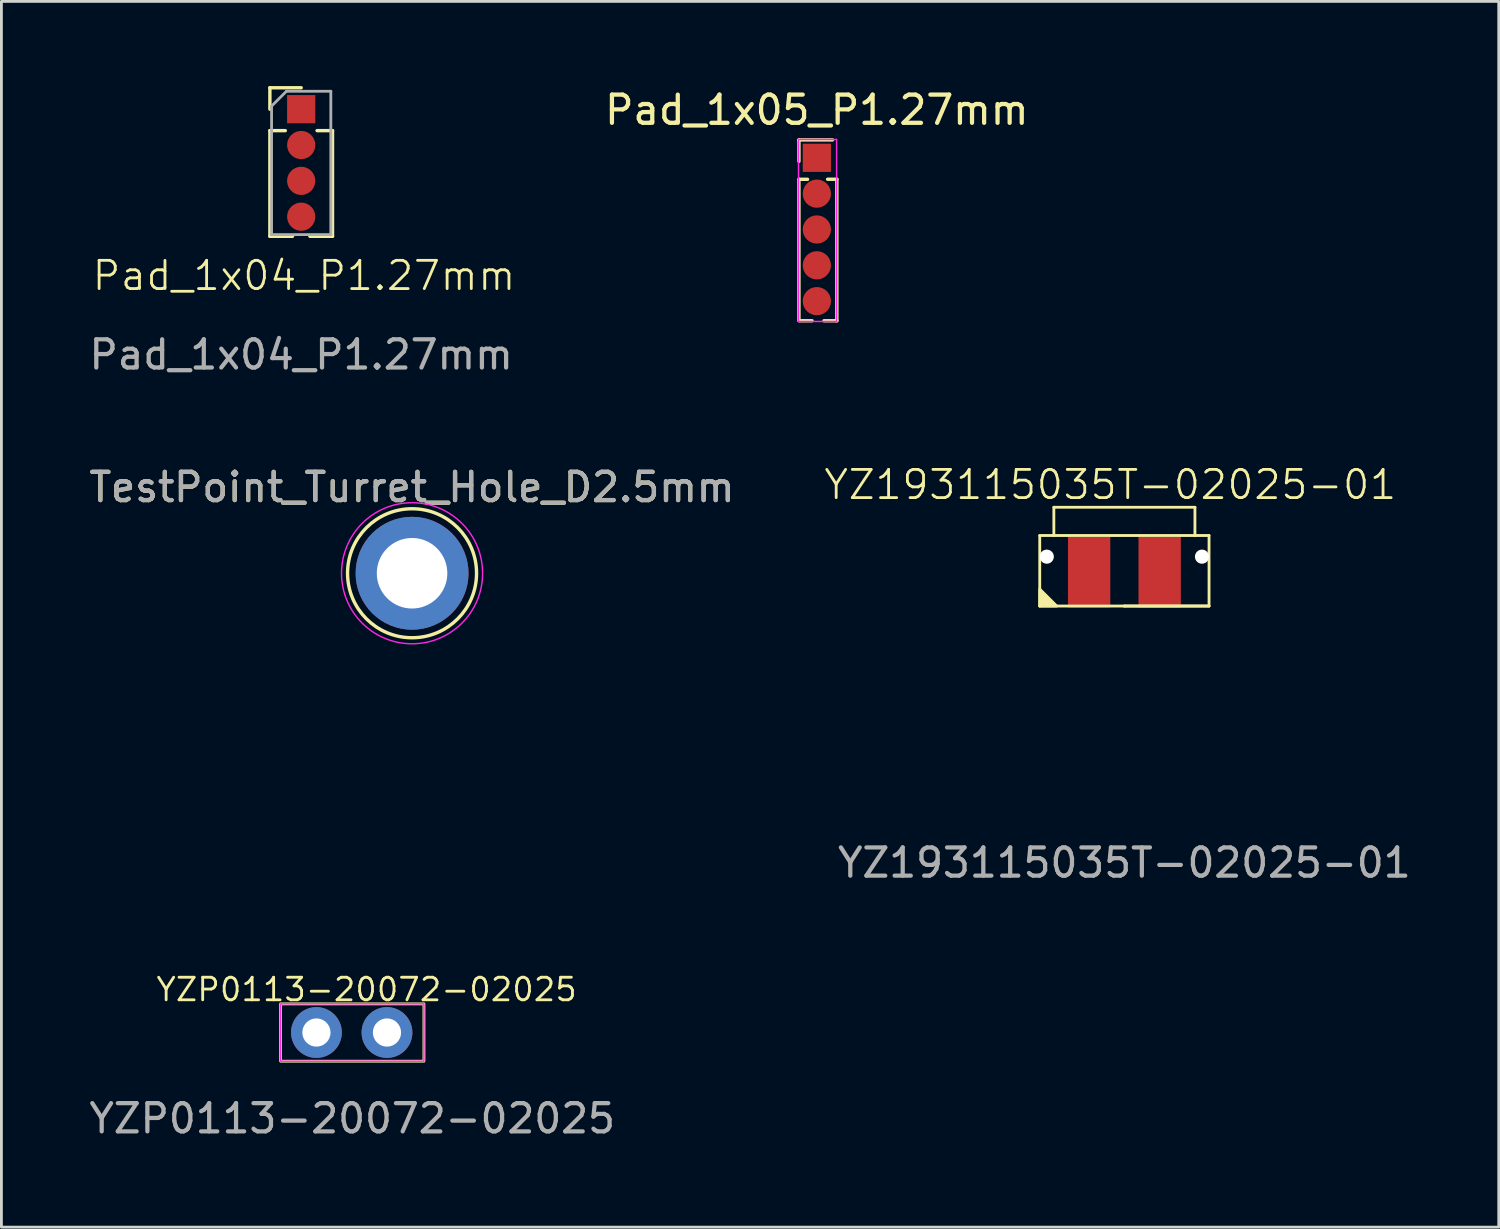
<source format=kicad_pcb>
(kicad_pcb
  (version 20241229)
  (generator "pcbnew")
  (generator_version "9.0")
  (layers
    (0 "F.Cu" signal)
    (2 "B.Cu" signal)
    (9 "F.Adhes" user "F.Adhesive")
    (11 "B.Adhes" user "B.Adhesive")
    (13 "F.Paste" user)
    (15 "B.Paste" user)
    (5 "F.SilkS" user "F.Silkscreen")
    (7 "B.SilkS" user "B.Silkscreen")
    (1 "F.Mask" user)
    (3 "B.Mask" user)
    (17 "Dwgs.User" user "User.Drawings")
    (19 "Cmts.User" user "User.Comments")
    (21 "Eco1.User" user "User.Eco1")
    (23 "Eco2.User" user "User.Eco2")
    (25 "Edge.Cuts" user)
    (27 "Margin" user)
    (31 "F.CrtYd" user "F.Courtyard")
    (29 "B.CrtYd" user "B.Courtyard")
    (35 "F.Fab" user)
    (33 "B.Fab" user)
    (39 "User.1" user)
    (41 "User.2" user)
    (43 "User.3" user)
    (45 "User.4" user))
  (footprint "TestPoint_Turret_Hole_D2.5mm"
    (layer "F.Cu")
    (at 11.554 17.267)
    (property "Reference" "TestPoint_Turret_Hole_D2.5mm" (at 0 -3.048 0) (layer "F.SilkS") (effects (font (size 1 1) (thickness 0.15))))
    (attr exclude_from_pos_files exclude_from_bom)
    (fp_circle (center 0 0) (end 0 -2.286) (stroke (width 0.12) (type solid)) (fill no) (layer "F.SilkS"))
    (fp_circle (center 0 0) (end 2.5 0) (stroke (width 0.05) (type solid)) (fill no) (layer "F.CrtYd"))
    (fp_text user "${REFERENCE}" (at 0 -3.05 0) (layer "F.Fab") (effects (font (size 1 1) (thickness 0.15))))
    (pad "1" thru_hole circle (at 0 0) (size 4 4) (drill 2.5) (layers "*.Cu" "*.Mask")))
  (footprint "YZP0113-20072-02025"
    (layer "F.Cu")
    (at 8.165 33.544)
    (property "Reference" "YZP0113-20072-02025" (at 1.778 -1.524 0) (unlocked yes) (layer "F.SilkS") (effects (font (size 0.8 0.8) (thickness 0.1))))
    (attr through_hole)
    (fp_rect (start -1.27 -1.016) (end 3.81 1.016) (stroke (width 0.1) (type default)) (fill no) (layer "F.SilkS"))
    (fp_rect (start -1.27 -1.016) (end 3.81 1.016) (stroke (width 0.05) (type default)) (fill no) (layer "F.CrtYd"))
    (fp_text user "${REFERENCE}" (at 1.27 3.048 0) (unlocked yes) (layer "F.Fab") (effects (font (size 1 1) (thickness 0.15))))
    (pad "1" thru_hole circle (at 0 0) (size 1.8 1.8) (drill 1) (layers "*.Cu" "*.Mask"))
    (pad "2" thru_hole circle (at 2.5 0) (size 1.8 1.8) (drill 1) (layers "*.Cu" "*.Mask")))
  (footprint "Pad_1x05_P1.27mm"
    (layer "F.Cu")
    (at 25.9 2.543)
    (property "Reference" "Pad_1x05_P1.27mm" (at 0 -1.695 0) (layer "F.SilkS") (effects (font (size 1 1) (thickness 0.15))))
    (attr smd)
    (fp_line (start -0.635 -0.634) (end 0.555 -0.635) (stroke (width 0.12) (type solid)) (layer "F.SilkS"))
    (fp_line (start -0.635 0.126) (end -0.635 -0.634) (stroke (width 0.12) (type solid)) (layer "F.SilkS"))
    (fp_line (start -0.635 0.76) (end -0.635 5.775) (stroke (width 0.12) (type solid)) (layer "F.SilkS"))
    (fp_line (start -0.621 0.762) (end -0.329 0.762) (stroke (width 0.12) (type solid)) (layer "F.SilkS"))
    (fp_line (start -0.592 5.775) (end -0.17 5.775) (stroke (width 0.12) (type solid)) (layer "F.SilkS"))
    (fp_line (start 0.254 5.775) (end 0.709 5.775) (stroke (width 0.12) (type solid)) (layer "F.SilkS"))
    (fp_line (start 0.381 0.76) (end 0.709 0.76) (stroke (width 0.12) (type solid)) (layer "F.SilkS"))
    (fp_line (start 0.709 0.76) (end 0.709 5.775) (stroke (width 0.12) (type solid)) (layer "F.SilkS"))
    (fp_line (start -0.65 -0.65) (end -0.65 5.8) (stroke (width 0.05) (type solid)) (layer "F.CrtYd"))
    (fp_line (start -0.65 5.8) (end 0.7 5.8) (stroke (width 0.05) (type solid)) (layer "F.CrtYd"))
    (fp_line (start 0.7 -0.65) (end -0.65 -0.65) (stroke (width 0.05) (type solid)) (layer "F.CrtYd"))
    (fp_line (start 0.7 5.8) (end 0.7 -0.65) (stroke (width 0.05) (type solid)) (layer "F.CrtYd"))
    (pad "1" smd rect (at 0 0) (size 1 1) (layers "F.Cu" "F.Mask" "F.Paste"))
    (pad "2" smd oval (at 0 1.27) (size 1 1) (layers "F.Cu" "F.Mask" "F.Paste"))
    (pad "3" smd oval (at 0 2.54) (size 1 1) (layers "F.Cu" "F.Mask" "F.Paste"))
    (pad "4" smd oval (at 0 3.81) (size 1 1) (layers "F.Cu" "F.Mask" "F.Paste"))
    (pad "5" smd oval (at 0 5.08) (size 1 1) (layers "F.Cu" "F.Mask" "F.Paste")))
  (footprint "YZ193115035T-02025-01"
    (layer "F.Cu")
    (at 36.8 18.429)
    (property "Reference" "YZ193115035T-02025-01" (at -0.5 -4.3 0) (unlocked yes) (layer "F.SilkS") (effects (font (size 1 1) (thickness 0.1))))
    (attr smd)
    (fp_line (start -3 -2.5) (end -2.5 -2.5) (stroke (width 0.1) (type default)) (layer "F.SilkS"))
    (fp_line (start -3 0) (end -3 -2.5) (stroke (width 0.1) (type default)) (layer "F.SilkS"))
    (fp_line (start -2.5 -2.5) (end -2.5 -3.5) (stroke (width 0.1) (type default)) (layer "F.SilkS"))
    (fp_line (start -2.5 -2.5) (end 2.5 -2.5) (stroke (width 0.1) (type default)) (layer "F.SilkS"))
    (fp_line (start 0 0) (end -3 0) (stroke (width 0.1) (type default)) (layer "F.SilkS"))
    (fp_line (start 0 0) (end 3 0) (stroke (width 0.1) (type default)) (layer "F.SilkS"))
    (fp_line (start 2.5 -3.5) (end -2.5 -3.5) (stroke (width 0.1) (type default)) (layer "F.SilkS"))
    (fp_line (start 2.5 -2.5) (end 2.5 -3.5) (stroke (width 0.1) (type default)) (layer "F.SilkS"))
    (fp_line (start 3 -2.5) (end 2.5 -2.5) (stroke (width 0.1) (type default)) (layer "F.SilkS"))
    (fp_line (start 3 0) (end 0 0) (stroke (width 0.1) (type default)) (layer "F.SilkS"))
    (fp_line (start 3 0) (end 3 -2.5) (stroke (width 0.1) (type default)) (layer "F.SilkS"))
    (fp_poly (pts (xy -3 -0.6) (xy -2.4 0) (xy -3 0)) (stroke (width 0.1) (type solid)) (fill yes) (layer "F.SilkS"))
    (fp_text user "${REFERENCE}" (at 0 9.1 0) (unlocked yes) (layer "F.Fab") (effects (font (size 1 1) (thickness 0.15))))
    (pad "" np_thru_hole circle (at -2.75 -1.75 180) (size 0.5 0.5) (drill 0.5) (layers "*.Cu" "*.Mask"))
    (pad "" np_thru_hole circle (at 2.75 -1.75 180) (size 0.5 0.5) (drill 0.5) (layers "*.Cu" "*.Mask"))
    (pad "1" smd rect (at -1.25 -1.2 90) (size 2.5 1.5) (layers "F.Cu" "F.Mask" "F.Paste"))
    (pad "2" smd rect (at 1.25 -1.2 90) (size 2.5 1.5) (layers "F.Cu" "F.Mask" "F.Paste")))
  (footprint "Pad_1x04_P1.27mm"
    (layer "F.Cu")
    (at 7.625 0.82)
    (property "Reference" "Pad_1x04_P1.27mm" (at 0.1 5.9 0) (unlocked yes) (layer "F.SilkS") (effects (font (size 1 1) (thickness 0.1))))
    (attr smd)
    (fp_line (start -1.11 -0.76) (end 0 -0.76) (stroke (width 0.12) (type solid)) (layer "F.SilkS"))
    (fp_line (start -1.11 0) (end -1.11 -0.76) (stroke (width 0.12) (type solid)) (layer "F.SilkS"))
    (fp_line (start -1.11 0.76) (end -1.11 4.505) (stroke (width 0.12) (type solid)) (layer "F.SilkS"))
    (fp_line (start -1.11 0.76) (end -0.563 0.76) (stroke (width 0.12) (type solid)) (layer "F.SilkS"))
    (fp_line (start -1.11 4.505) (end -0.308 4.505) (stroke (width 0.12) (type solid)) (layer "F.SilkS"))
    (fp_line (start 0.308 4.505) (end 1.11 4.505) (stroke (width 0.12) (type solid)) (layer "F.SilkS"))
    (fp_line (start 0.563 0.76) (end 1.11 0.76) (stroke (width 0.12) (type solid)) (layer "F.SilkS"))
    (fp_line (start 1.11 0.76) (end 1.11 4.505) (stroke (width 0.12) (type solid)) (layer "F.SilkS"))
    (fp_line (start -1.05 -0.11) (end -0.525 -0.635) (stroke (width 0.1) (type solid)) (layer "F.Fab"))
    (fp_line (start -1.05 4.445) (end -1.05 -0.11) (stroke (width 0.1) (type solid)) (layer "F.Fab"))
    (fp_line (start -0.525 -0.635) (end 1.05 -0.635) (stroke (width 0.1) (type solid)) (layer "F.Fab"))
    (fp_line (start 1.05 -0.635) (end 1.05 4.445) (stroke (width 0.1) (type solid)) (layer "F.Fab"))
    (fp_line (start 1.05 4.445) (end -1.05 4.445) (stroke (width 0.1) (type solid)) (layer "F.Fab"))
    (fp_text user "${REFERENCE}" (at 0 8.7 0) (unlocked yes) (layer "F.Fab") (effects (font (size 1 1) (thickness 0.15))))
    (pad "1" smd rect (at 0 0) (size 1 1) (layers "F.Cu" "F.Mask" "F.Paste"))
    (pad "2" smd oval (at 0 1.27) (size 1 1) (layers "F.Cu" "F.Mask" "F.Paste"))
    (pad "3" smd oval (at 0 2.54) (size 1 1) (layers "F.Cu" "F.Mask" "F.Paste"))
    (pad "4" smd oval (at 0 3.81) (size 1 1) (layers "F.Cu" "F.Mask" "F.Paste")))
  (gr_rect
    (start -3 -3)
    (end 50.068 40.441)
    (stroke (width 0.1) (type default))
    (fill no)
    (layer "Edge.Cuts")))
</source>
